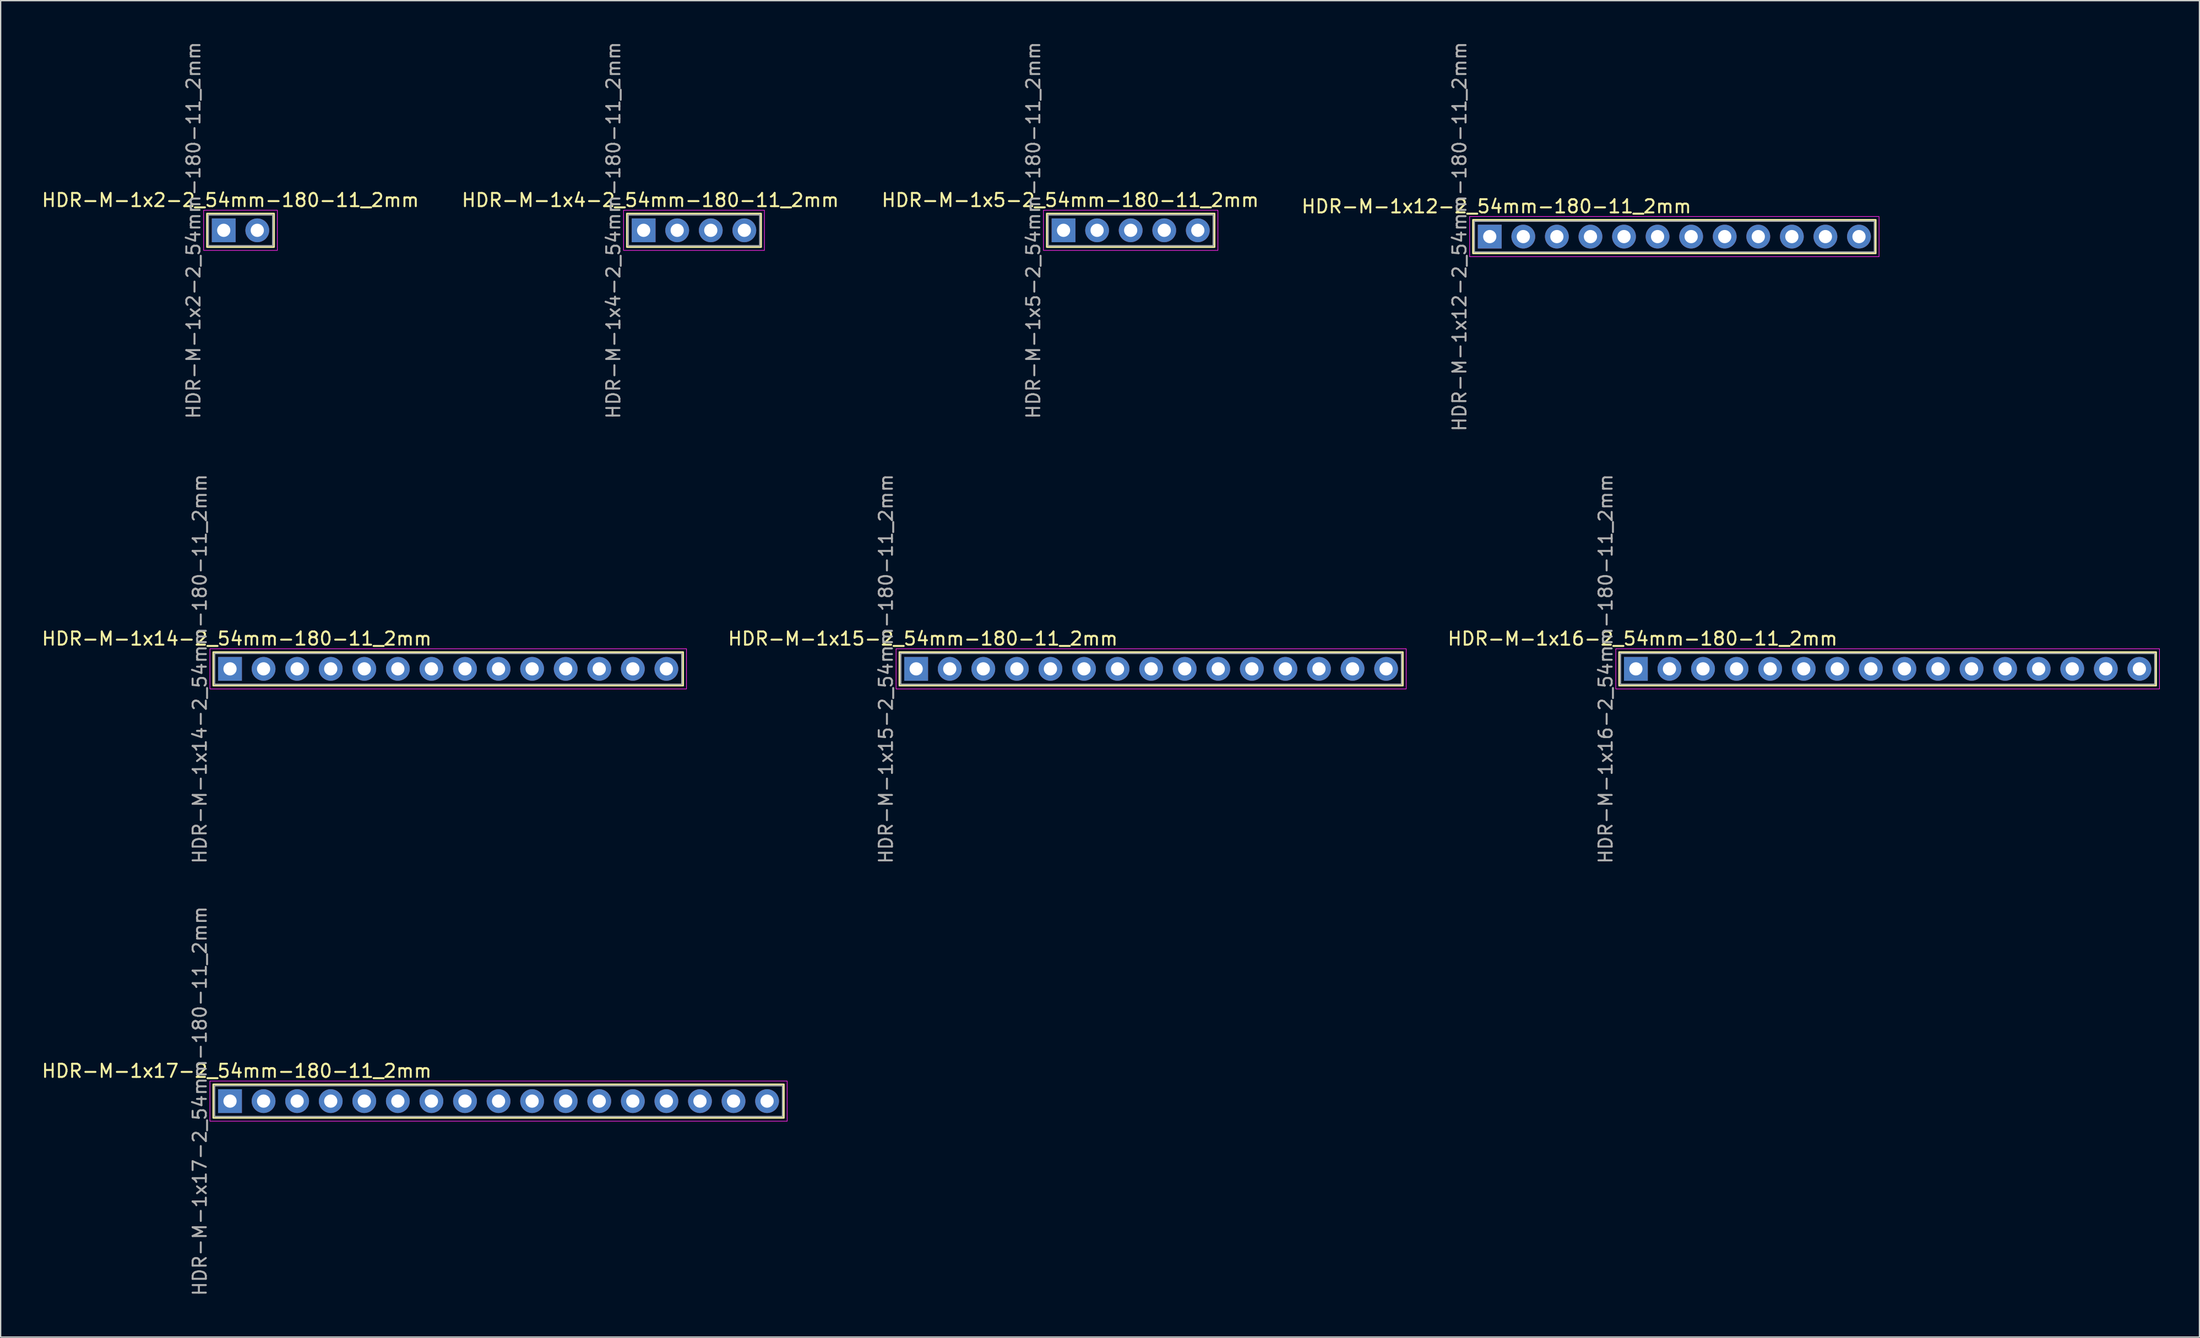
<source format=kicad_pcb>
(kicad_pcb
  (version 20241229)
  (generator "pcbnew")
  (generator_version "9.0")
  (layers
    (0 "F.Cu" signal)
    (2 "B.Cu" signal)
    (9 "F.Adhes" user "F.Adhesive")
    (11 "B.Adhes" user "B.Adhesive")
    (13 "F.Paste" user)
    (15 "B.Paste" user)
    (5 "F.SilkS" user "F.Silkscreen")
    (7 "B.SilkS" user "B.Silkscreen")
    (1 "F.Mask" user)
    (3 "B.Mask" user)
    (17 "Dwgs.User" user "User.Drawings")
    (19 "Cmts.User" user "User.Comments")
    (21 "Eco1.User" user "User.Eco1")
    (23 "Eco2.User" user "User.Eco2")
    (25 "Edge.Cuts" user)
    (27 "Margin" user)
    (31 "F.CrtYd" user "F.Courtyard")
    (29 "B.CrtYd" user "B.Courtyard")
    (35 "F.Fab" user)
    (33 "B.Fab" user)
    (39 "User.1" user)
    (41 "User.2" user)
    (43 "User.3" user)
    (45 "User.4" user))
  (footprint "HDR-M-1x2-2_54mm-180-11_2mm"
    (layer "F.Cu")
    (at 13.879 14.387)
    (property "Reference" "HDR-M-1x2-2_54mm-180-11_2mm" (at 0.508 -2.286 0) (unlocked yes) (layer "F.SilkS") (effects (font (size 1 1) (thickness 0.15))))
    (attr through_hole)
    (fp_rect (start -1.27 -1.27) (end 3.81 1.27) (stroke (width 0.12) (type solid)) (fill no) (layer "F.SilkS"))
    (fp_rect (start -1.52 -1.52) (end 4.06 1.52) (stroke (width 0.05) (type solid)) (fill no) (layer "F.CrtYd"))
    (fp_rect (start -1.17 -1.17) (end 3.71 1.17) (stroke (width 0.1) (type solid)) (fill no) (layer "F.Fab"))
    (fp_text user "${REFERENCE}" (at -2.286 0 90) (unlocked yes) (layer "F.Fab") (effects (font (size 1 1) (thickness 0.15))))
    (pad "1" thru_hole rect (at 0 0) (size 1.8 1.8) (drill 1) (layers "*.Cu" "*.Mask"))
    (pad "2" thru_hole circle (at 2.54 0) (size 1.8 1.8) (drill 1) (layers "*.Cu" "*.Mask")))
  (footprint "HDR-M-1x16-2_54mm-180-11_2mm"
    (layer "F.Cu")
    (at 120.735 47.589)
    (property "Reference" "HDR-M-1x16-2_54mm-180-11_2mm" (at 0.508 -2.286 0) (unlocked yes) (layer "F.SilkS") (effects (font (size 1 1) (thickness 0.15))))
    (attr through_hole)
    (fp_rect (start -1.27 -1.27) (end 39.37 1.27) (stroke (width 0.12) (type solid)) (fill no) (layer "F.SilkS"))
    (fp_rect (start -1.52 -1.52) (end 39.62 1.52) (stroke (width 0.05) (type solid)) (fill no) (layer "F.CrtYd"))
    (fp_rect (start -1.17 -1.17) (end 39.27 1.17) (stroke (width 0.1) (type solid)) (fill no) (layer "F.Fab"))
    (fp_text user "${REFERENCE}" (at -2.286 0 90) (unlocked yes) (layer "F.Fab") (effects (font (size 1 1) (thickness 0.15))))
    (pad "1" thru_hole rect (at 0 0) (size 1.8 1.8) (drill 1) (layers "*.Cu" "*.Mask"))
    (pad "2" thru_hole circle (at 2.54 0) (size 1.8 1.8) (drill 1) (layers "*.Cu" "*.Mask"))
    (pad "3" thru_hole circle (at 5.08 0) (size 1.8 1.8) (drill 1) (layers "*.Cu" "*.Mask"))
    (pad "4" thru_hole circle (at 7.62 0) (size 1.8 1.8) (drill 1) (layers "*.Cu" "*.Mask"))
    (pad "5" thru_hole circle (at 10.16 0) (size 1.8 1.8) (drill 1) (layers "*.Cu" "*.Mask"))
    (pad "6" thru_hole circle (at 12.7 0) (size 1.8 1.8) (drill 1) (layers "*.Cu" "*.Mask"))
    (pad "7" thru_hole circle (at 15.24 0) (size 1.8 1.8) (drill 1) (layers "*.Cu" "*.Mask"))
    (pad "8" thru_hole circle (at 17.78 0) (size 1.8 1.8) (drill 1) (layers "*.Cu" "*.Mask"))
    (pad "9" thru_hole circle (at 20.32 0) (size 1.8 1.8) (drill 1) (layers "*.Cu" "*.Mask"))
    (pad "10" thru_hole circle (at 22.86 0) (size 1.8 1.8) (drill 1) (layers "*.Cu" "*.Mask"))
    (pad "11" thru_hole circle (at 25.4 0) (size 1.8 1.8) (drill 1) (layers "*.Cu" "*.Mask"))
    (pad "12" thru_hole circle (at 27.94 0) (size 1.8 1.8) (drill 1) (layers "*.Cu" "*.Mask"))
    (pad "13" thru_hole circle (at 30.48 0) (size 1.8 1.8) (drill 1) (layers "*.Cu" "*.Mask"))
    (pad "14" thru_hole circle (at 33.02 0) (size 1.8 1.8) (drill 1) (layers "*.Cu" "*.Mask"))
    (pad "15" thru_hole circle (at 35.56 0) (size 1.8 1.8) (drill 1) (layers "*.Cu" "*.Mask"))
    (pad "16" thru_hole circle (at 38.1 0) (size 1.8 1.8) (drill 1) (layers "*.Cu" "*.Mask")))
  (footprint "HDR-M-1x17-2_54mm-180-11_2mm"
    (layer "F.Cu")
    (at 14.355 80.315)
    (property "Reference" "HDR-M-1x17-2_54mm-180-11_2mm" (at 0.508 -2.286 0) (unlocked yes) (layer "F.SilkS") (effects (font (size 1 1) (thickness 0.15))))
    (attr through_hole)
    (fp_rect (start -1.27 -1.27) (end 41.91 1.27) (stroke (width 0.12) (type solid)) (fill no) (layer "F.SilkS"))
    (fp_rect (start -1.52 -1.52) (end 42.16 1.52) (stroke (width 0.05) (type solid)) (fill no) (layer "F.CrtYd"))
    (fp_rect (start -1.17 -1.17) (end 41.81 1.17) (stroke (width 0.1) (type solid)) (fill no) (layer "F.Fab"))
    (fp_text user "${REFERENCE}" (at -2.286 0 90) (unlocked yes) (layer "F.Fab") (effects (font (size 1 1) (thickness 0.15))))
    (pad "1" thru_hole rect (at 0 0) (size 1.8 1.8) (drill 1) (layers "*.Cu" "*.Mask"))
    (pad "2" thru_hole circle (at 2.54 0) (size 1.8 1.8) (drill 1) (layers "*.Cu" "*.Mask"))
    (pad "3" thru_hole circle (at 5.08 0) (size 1.8 1.8) (drill 1) (layers "*.Cu" "*.Mask"))
    (pad "4" thru_hole circle (at 7.62 0) (size 1.8 1.8) (drill 1) (layers "*.Cu" "*.Mask"))
    (pad "5" thru_hole circle (at 10.16 0) (size 1.8 1.8) (drill 1) (layers "*.Cu" "*.Mask"))
    (pad "6" thru_hole circle (at 12.7 0) (size 1.8 1.8) (drill 1) (layers "*.Cu" "*.Mask"))
    (pad "7" thru_hole circle (at 15.24 0) (size 1.8 1.8) (drill 1) (layers "*.Cu" "*.Mask"))
    (pad "8" thru_hole circle (at 17.78 0) (size 1.8 1.8) (drill 1) (layers "*.Cu" "*.Mask"))
    (pad "9" thru_hole circle (at 20.32 0) (size 1.8 1.8) (drill 1) (layers "*.Cu" "*.Mask"))
    (pad "10" thru_hole circle (at 22.86 0) (size 1.8 1.8) (drill 1) (layers "*.Cu" "*.Mask"))
    (pad "11" thru_hole circle (at 25.4 0) (size 1.8 1.8) (drill 1) (layers "*.Cu" "*.Mask"))
    (pad "12" thru_hole circle (at 27.94 0) (size 1.8 1.8) (drill 1) (layers "*.Cu" "*.Mask"))
    (pad "13" thru_hole circle (at 30.48 0) (size 1.8 1.8) (drill 1) (layers "*.Cu" "*.Mask"))
    (pad "14" thru_hole circle (at 33.02 0) (size 1.8 1.8) (drill 1) (layers "*.Cu" "*.Mask"))
    (pad "15" thru_hole circle (at 35.56 0) (size 1.8 1.8) (drill 1) (layers "*.Cu" "*.Mask"))
    (pad "16" thru_hole circle (at 38.1 0) (size 1.8 1.8) (drill 1) (layers "*.Cu" "*.Mask"))
    (pad "17" thru_hole circle (at 40.64 0) (size 1.8 1.8) (drill 1) (layers "*.Cu" "*.Mask")))
  (footprint "HDR-M-1x14-2_54mm-180-11_2mm"
    (layer "F.Cu")
    (at 14.355 47.589)
    (property "Reference" "HDR-M-1x14-2_54mm-180-11_2mm" (at 0.508 -2.286 0) (unlocked yes) (layer "F.SilkS") (effects (font (size 1 1) (thickness 0.15))))
    (attr through_hole)
    (fp_rect (start -1.27 -1.27) (end 34.29 1.27) (stroke (width 0.12) (type solid)) (fill no) (layer "F.SilkS"))
    (fp_rect (start -1.52 -1.52) (end 34.54 1.52) (stroke (width 0.05) (type solid)) (fill no) (layer "F.CrtYd"))
    (fp_rect (start -1.17 -1.17) (end 34.19 1.17) (stroke (width 0.1) (type solid)) (fill no) (layer "F.Fab"))
    (fp_text user "${REFERENCE}" (at -2.286 0 90) (unlocked yes) (layer "F.Fab") (effects (font (size 1 1) (thickness 0.15))))
    (pad "1" thru_hole rect (at 0 0) (size 1.8 1.8) (drill 1) (layers "*.Cu" "*.Mask"))
    (pad "2" thru_hole circle (at 2.54 0) (size 1.8 1.8) (drill 1) (layers "*.Cu" "*.Mask"))
    (pad "3" thru_hole circle (at 5.08 0) (size 1.8 1.8) (drill 1) (layers "*.Cu" "*.Mask"))
    (pad "4" thru_hole circle (at 7.62 0) (size 1.8 1.8) (drill 1) (layers "*.Cu" "*.Mask"))
    (pad "5" thru_hole circle (at 10.16 0) (size 1.8 1.8) (drill 1) (layers "*.Cu" "*.Mask"))
    (pad "6" thru_hole circle (at 12.7 0) (size 1.8 1.8) (drill 1) (layers "*.Cu" "*.Mask"))
    (pad "7" thru_hole circle (at 15.24 0) (size 1.8 1.8) (drill 1) (layers "*.Cu" "*.Mask"))
    (pad "8" thru_hole circle (at 17.78 0) (size 1.8 1.8) (drill 1) (layers "*.Cu" "*.Mask"))
    (pad "9" thru_hole circle (at 20.32 0) (size 1.8 1.8) (drill 1) (layers "*.Cu" "*.Mask"))
    (pad "10" thru_hole circle (at 22.86 0) (size 1.8 1.8) (drill 1) (layers "*.Cu" "*.Mask"))
    (pad "11" thru_hole circle (at 25.4 0) (size 1.8 1.8) (drill 1) (layers "*.Cu" "*.Mask"))
    (pad "12" thru_hole circle (at 27.94 0) (size 1.8 1.8) (drill 1) (layers "*.Cu" "*.Mask"))
    (pad "13" thru_hole circle (at 30.48 0) (size 1.8 1.8) (drill 1) (layers "*.Cu" "*.Mask"))
    (pad "14" thru_hole circle (at 33.02 0) (size 1.8 1.8) (drill 1) (layers "*.Cu" "*.Mask")))
  (footprint "HDR-M-1x12-2_54mm-180-11_2mm"
    (layer "F.Cu")
    (at 109.677 14.863)
    (property "Reference" "HDR-M-1x12-2_54mm-180-11_2mm" (at 0.508 -2.286 0) (unlocked yes) (layer "F.SilkS") (effects (font (size 1 1) (thickness 0.15))))
    (attr through_hole)
    (fp_rect (start -1.27 -1.27) (end 29.21 1.27) (stroke (width 0.12) (type solid)) (fill no) (layer "F.SilkS"))
    (fp_rect (start -1.52 -1.52) (end 29.46 1.52) (stroke (width 0.05) (type solid)) (fill no) (layer "F.CrtYd"))
    (fp_rect (start -1.17 -1.17) (end 29.11 1.17) (stroke (width 0.1) (type solid)) (fill no) (layer "F.Fab"))
    (fp_text user "${REFERENCE}" (at -2.286 0 90) (unlocked yes) (layer "F.Fab") (effects (font (size 1 1) (thickness 0.15))))
    (pad "1" thru_hole rect (at 0 0) (size 1.8 1.8) (drill 1) (layers "*.Cu" "*.Mask"))
    (pad "2" thru_hole circle (at 2.54 0) (size 1.8 1.8) (drill 1) (layers "*.Cu" "*.Mask"))
    (pad "3" thru_hole circle (at 5.08 0) (size 1.8 1.8) (drill 1) (layers "*.Cu" "*.Mask"))
    (pad "4" thru_hole circle (at 7.62 0) (size 1.8 1.8) (drill 1) (layers "*.Cu" "*.Mask"))
    (pad "5" thru_hole circle (at 10.16 0) (size 1.8 1.8) (drill 1) (layers "*.Cu" "*.Mask"))
    (pad "6" thru_hole circle (at 12.7 0) (size 1.8 1.8) (drill 1) (layers "*.Cu" "*.Mask"))
    (pad "7" thru_hole circle (at 15.24 0) (size 1.8 1.8) (drill 1) (layers "*.Cu" "*.Mask"))
    (pad "8" thru_hole circle (at 17.78 0) (size 1.8 1.8) (drill 1) (layers "*.Cu" "*.Mask"))
    (pad "9" thru_hole circle (at 20.32 0) (size 1.8 1.8) (drill 1) (layers "*.Cu" "*.Mask"))
    (pad "10" thru_hole circle (at 22.86 0) (size 1.8 1.8) (drill 1) (layers "*.Cu" "*.Mask"))
    (pad "11" thru_hole circle (at 25.4 0) (size 1.8 1.8) (drill 1) (layers "*.Cu" "*.Mask"))
    (pad "12" thru_hole circle (at 27.94 0) (size 1.8 1.8) (drill 1) (layers "*.Cu" "*.Mask")))
  (footprint "HDR-M-1x5-2_54mm-180-11_2mm"
    (layer "F.Cu")
    (at 77.427 14.387)
    (property "Reference" "HDR-M-1x5-2_54mm-180-11_2mm" (at 0.508 -2.286 0) (unlocked yes) (layer "F.SilkS") (effects (font (size 1 1) (thickness 0.15))))
    (attr through_hole)
    (fp_rect (start -1.27 -1.27) (end 11.43 1.27) (stroke (width 0.12) (type solid)) (fill no) (layer "F.SilkS"))
    (fp_rect (start -1.52 -1.52) (end 11.68 1.52) (stroke (width 0.05) (type solid)) (fill no) (layer "F.CrtYd"))
    (fp_rect (start -1.17 -1.17) (end 11.33 1.17) (stroke (width 0.1) (type solid)) (fill no) (layer "F.Fab"))
    (fp_text user "${REFERENCE}" (at -2.286 0 90) (unlocked yes) (layer "F.Fab") (effects (font (size 1 1) (thickness 0.15))))
    (pad "1" thru_hole rect (at 0 0) (size 1.8 1.8) (drill 1) (layers "*.Cu" "*.Mask"))
    (pad "2" thru_hole circle (at 2.54 0) (size 1.8 1.8) (drill 1) (layers "*.Cu" "*.Mask"))
    (pad "3" thru_hole circle (at 5.08 0) (size 1.8 1.8) (drill 1) (layers "*.Cu" "*.Mask"))
    (pad "4" thru_hole circle (at 7.62 0) (size 1.8 1.8) (drill 1) (layers "*.Cu" "*.Mask"))
    (pad "5" thru_hole circle (at 10.16 0) (size 1.8 1.8) (drill 1) (layers "*.Cu" "*.Mask")))
  (footprint "HDR-M-1x4-2_54mm-180-11_2mm"
    (layer "F.Cu")
    (at 45.653 14.387)
    (property "Reference" "HDR-M-1x4-2_54mm-180-11_2mm" (at 0.508 -2.286 0) (unlocked yes) (layer "F.SilkS") (effects (font (size 1 1) (thickness 0.15))))
    (attr through_hole)
    (fp_rect (start -1.27 -1.27) (end 8.89 1.27) (stroke (width 0.12) (type solid)) (fill no) (layer "F.SilkS"))
    (fp_rect (start -1.52 -1.52) (end 9.14 1.52) (stroke (width 0.05) (type solid)) (fill no) (layer "F.CrtYd"))
    (fp_rect (start -1.17 -1.17) (end 8.79 1.17) (stroke (width 0.1) (type solid)) (fill no) (layer "F.Fab"))
    (fp_text user "${REFERENCE}" (at -2.286 0 90) (unlocked yes) (layer "F.Fab") (effects (font (size 1 1) (thickness 0.15))))
    (pad "1" thru_hole rect (at 0 0) (size 1.8 1.8) (drill 1) (layers "*.Cu" "*.Mask"))
    (pad "2" thru_hole circle (at 2.54 0) (size 1.8 1.8) (drill 1) (layers "*.Cu" "*.Mask"))
    (pad "3" thru_hole circle (at 5.08 0) (size 1.8 1.8) (drill 1) (layers "*.Cu" "*.Mask"))
    (pad "4" thru_hole circle (at 7.62 0) (size 1.8 1.8) (drill 1) (layers "*.Cu" "*.Mask")))
  (footprint "HDR-M-1x15-2_54mm-180-11_2mm"
    (layer "F.Cu")
    (at 66.275 47.589)
    (property "Reference" "HDR-M-1x15-2_54mm-180-11_2mm" (at 0.508 -2.286 0) (unlocked yes) (layer "F.SilkS") (effects (font (size 1 1) (thickness 0.15))))
    (attr through_hole)
    (fp_rect (start -1.27 -1.27) (end 36.83 1.27) (stroke (width 0.12) (type solid)) (fill no) (layer "F.SilkS"))
    (fp_rect (start -1.52 -1.52) (end 37.08 1.52) (stroke (width 0.05) (type solid)) (fill no) (layer "F.CrtYd"))
    (fp_rect (start -1.17 -1.17) (end 36.73 1.17) (stroke (width 0.1) (type solid)) (fill no) (layer "F.Fab"))
    (fp_text user "${REFERENCE}" (at -2.286 0 90) (unlocked yes) (layer "F.Fab") (effects (font (size 1 1) (thickness 0.15))))
    (pad "1" thru_hole rect (at 0 0) (size 1.8 1.8) (drill 1) (layers "*.Cu" "*.Mask"))
    (pad "2" thru_hole circle (at 2.54 0) (size 1.8 1.8) (drill 1) (layers "*.Cu" "*.Mask"))
    (pad "3" thru_hole circle (at 5.08 0) (size 1.8 1.8) (drill 1) (layers "*.Cu" "*.Mask"))
    (pad "4" thru_hole circle (at 7.62 0) (size 1.8 1.8) (drill 1) (layers "*.Cu" "*.Mask"))
    (pad "5" thru_hole circle (at 10.16 0) (size 1.8 1.8) (drill 1) (layers "*.Cu" "*.Mask"))
    (pad "6" thru_hole circle (at 12.7 0) (size 1.8 1.8) (drill 1) (layers "*.Cu" "*.Mask"))
    (pad "7" thru_hole circle (at 15.24 0) (size 1.8 1.8) (drill 1) (layers "*.Cu" "*.Mask"))
    (pad "8" thru_hole circle (at 17.78 0) (size 1.8 1.8) (drill 1) (layers "*.Cu" "*.Mask"))
    (pad "9" thru_hole circle (at 20.32 0) (size 1.8 1.8) (drill 1) (layers "*.Cu" "*.Mask"))
    (pad "10" thru_hole circle (at 22.86 0) (size 1.8 1.8) (drill 1) (layers "*.Cu" "*.Mask"))
    (pad "11" thru_hole circle (at 25.4 0) (size 1.8 1.8) (drill 1) (layers "*.Cu" "*.Mask"))
    (pad "12" thru_hole circle (at 27.94 0) (size 1.8 1.8) (drill 1) (layers "*.Cu" "*.Mask"))
    (pad "13" thru_hole circle (at 30.48 0) (size 1.8 1.8) (drill 1) (layers "*.Cu" "*.Mask"))
    (pad "14" thru_hole circle (at 33.02 0) (size 1.8 1.8) (drill 1) (layers "*.Cu" "*.Mask"))
    (pad "15" thru_hole circle (at 35.56 0) (size 1.8 1.8) (drill 1) (layers "*.Cu" "*.Mask")))
  (gr_rect
    (start -3 -3)
    (end 163.38 98.179)
    (stroke (width 0.1) (type default))
    (fill no)
    (layer "Edge.Cuts")))
</source>
